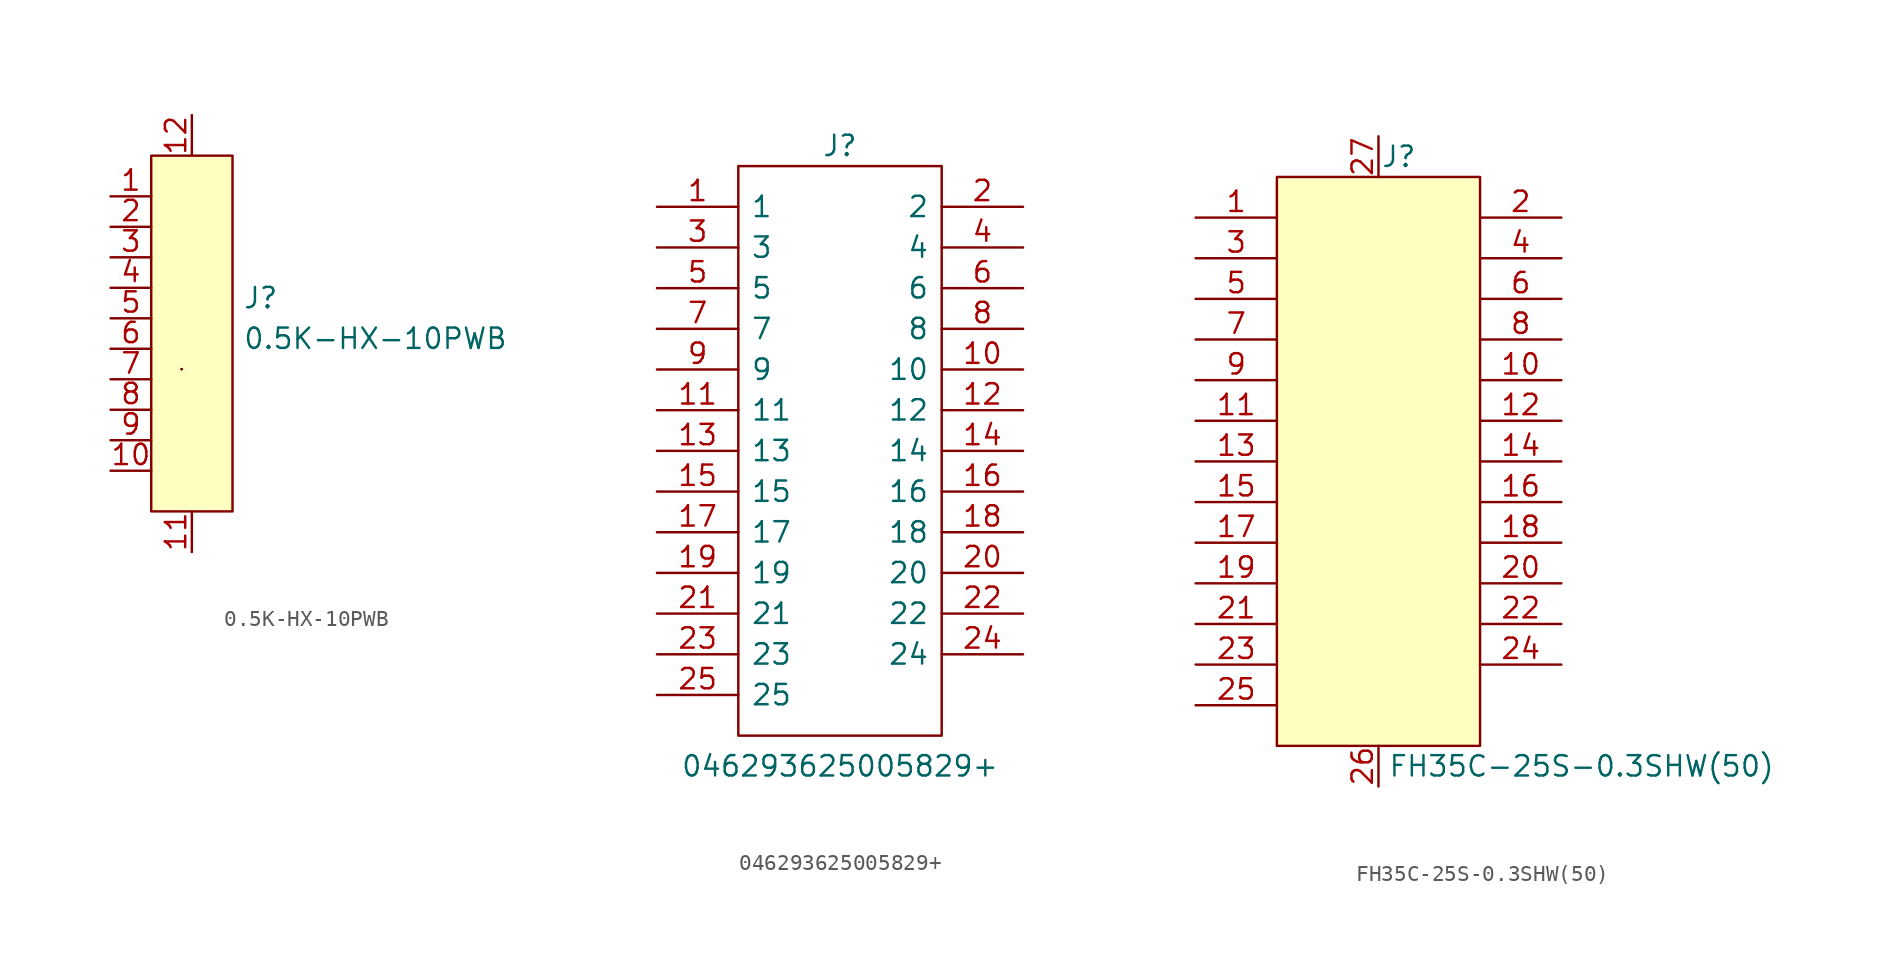
<source format=kicad_sym>
(kicad_symbol_lib
  (version 20211014)
  (generator kicad_symbol_editor)
  (symbol "0.5K-HX-10PWB"
    (property "Reference" "J"
      (at 3.175 1.27 0)
      (effects (font (size 1.27 1.27)) (justify left)))
    (property "Value" "0.5K-HX-10PWB"
      (at 3.175 -1.27 0)
      (effects (font (size 1.27 1.27)) (justify left)))
    (symbol "0.5K-HX-10PWB_0_1"
      (rectangle (start -2.54 10.16) (end 2.54 -12.065) (stroke (width 0) (type default) (color 0 0 0 0)) (fill (type background)))
      (rectangle (start -0.635 -3.175) (end -0.635 -3.175) (stroke (width 0) (type default) (color 0 0 0 0)) (fill (type none)))
      (rectangle (start -0.635 -3.175) (end -0.635 -3.175) (stroke (width 0) (type default) (color 0 0 0 0)) (fill (type none)))
      (rectangle (start -0.635 -3.175) (end -0.635 -3.175) (stroke (width 0) (type default) (color 0 0 0 0)) (fill (type none))))
    (symbol "0.5K-HX-10PWB_1_1"
      (pin passive line (at -5.08 7.62 0) (length 2.54) (name "~" (effects (font (size 1.27 1.27)))) (number "1" (effects (font (size 1.27 1.27)))))
      (pin passive line (at -5.08 -9.525 0) (length 2.54) (name "~" (effects (font (size 1.27 1.27)))) (number "10" (effects (font (size 1.27 1.27)))))
      (pin passive line (at 0 -14.605 90) (length 2.54) (name "~" (effects (font (size 1.27 1.27)))) (number "11" (effects (font (size 1.27 1.27)))))
      (pin passive line (at 0 12.7 270) (length 2.54) (name "~" (effects (font (size 1.27 1.27)))) (number "12" (effects (font (size 1.27 1.27)))))
      (pin passive line (at -5.08 5.715 0) (length 2.54) (name "~" (effects (font (size 1.27 1.27)))) (number "2" (effects (font (size 1.27 1.27)))))
      (pin passive line (at -5.08 3.81 0) (length 2.54) (name "~" (effects (font (size 1.27 1.27)))) (number "3" (effects (font (size 1.27 1.27)))))
      (pin passive line (at -5.08 1.905 0) (length 2.54) (name "~" (effects (font (size 1.27 1.27)))) (number "4" (effects (font (size 1.27 1.27)))))
      (pin passive line (at -5.08 0 0) (length 2.54) (name "~" (effects (font (size 1.27 1.27)))) (number "5" (effects (font (size 1.27 1.27)))))
      (pin passive line (at -5.08 -1.905 0) (length 2.54) (name "~" (effects (font (size 1.27 1.27)))) (number "6" (effects (font (size 1.27 1.27)))))
      (pin passive line (at -5.08 -3.81 0) (length 2.54) (name "~" (effects (font (size 1.27 1.27)))) (number "7" (effects (font (size 1.27 1.27)))))
      (pin passive line (at -5.08 -5.715 0) (length 2.54) (name "~" (effects (font (size 1.27 1.27)))) (number "8" (effects (font (size 1.27 1.27)))))
      (pin passive line (at -5.08 -7.62 0) (length 2.54) (name "~" (effects (font (size 1.27 1.27)))) (number "9" (effects (font (size 1.27 1.27)))))))
  (symbol "046293625005829+"
    (pin_names
      (offset 0.762))
    (property "Reference" "J"
      (at 0 19.05 0)
      (effects (font (size 1.27 1.27))))
    (property "Value" "046293625005829+"
      (at 0 -19.685 0)
      (effects (font (size 1.27 1.27))))
    (symbol "046293625005829+_0_0"
      (pin passive line (at -11.43 15.24 0) (length 5.08) (name "1" (effects (font (size 1.27 1.27)))) (number "1" (effects (font (size 1.27 1.27)))))
      (pin passive line (at 11.43 5.08 180) (length 5.08) (name "10" (effects (font (size 1.27 1.27)))) (number "10" (effects (font (size 1.27 1.27)))))
      (pin passive line (at -11.43 2.54 0) (length 5.08) (name "11" (effects (font (size 1.27 1.27)))) (number "11" (effects (font (size 1.27 1.27)))))
      (pin passive line (at 11.43 2.54 180) (length 5.08) (name "12" (effects (font (size 1.27 1.27)))) (number "12" (effects (font (size 1.27 1.27)))))
      (pin passive line (at -11.43 0 0) (length 5.08) (name "13" (effects (font (size 1.27 1.27)))) (number "13" (effects (font (size 1.27 1.27)))))
      (pin passive line (at 11.43 0 180) (length 5.08) (name "14" (effects (font (size 1.27 1.27)))) (number "14" (effects (font (size 1.27 1.27)))))
      (pin passive line (at -11.43 -2.54 0) (length 5.08) (name "15" (effects (font (size 1.27 1.27)))) (number "15" (effects (font (size 1.27 1.27)))))
      (pin passive line (at 11.43 -2.54 180) (length 5.08) (name "16" (effects (font (size 1.27 1.27)))) (number "16" (effects (font (size 1.27 1.27)))))
      (pin passive line (at -11.43 -5.08 0) (length 5.08) (name "17" (effects (font (size 1.27 1.27)))) (number "17" (effects (font (size 1.27 1.27)))))
      (pin passive line (at 11.43 -5.08 180) (length 5.08) (name "18" (effects (font (size 1.27 1.27)))) (number "18" (effects (font (size 1.27 1.27)))))
      (pin passive line (at -11.43 -7.62 0) (length 5.08) (name "19" (effects (font (size 1.27 1.27)))) (number "19" (effects (font (size 1.27 1.27)))))
      (pin passive line (at 11.43 15.24 180) (length 5.08) (name "2" (effects (font (size 1.27 1.27)))) (number "2" (effects (font (size 1.27 1.27)))))
      (pin passive line (at 11.43 -7.62 180) (length 5.08) (name "20" (effects (font (size 1.27 1.27)))) (number "20" (effects (font (size 1.27 1.27)))))
      (pin passive line (at -11.43 -10.16 0) (length 5.08) (name "21" (effects (font (size 1.27 1.27)))) (number "21" (effects (font (size 1.27 1.27)))))
      (pin passive line (at 11.43 -10.16 180) (length 5.08) (name "22" (effects (font (size 1.27 1.27)))) (number "22" (effects (font (size 1.27 1.27)))))
      (pin passive line (at -11.43 -12.7 0) (length 5.08) (name "23" (effects (font (size 1.27 1.27)))) (number "23" (effects (font (size 1.27 1.27)))))
      (pin passive line (at 11.43 -12.7 180) (length 5.08) (name "24" (effects (font (size 1.27 1.27)))) (number "24" (effects (font (size 1.27 1.27)))))
      (pin passive line (at -11.43 -15.24 0) (length 5.08) (name "25" (effects (font (size 1.27 1.27)))) (number "25" (effects (font (size 1.27 1.27)))))
      (pin passive line (at -11.43 12.7 0) (length 5.08) (name "3" (effects (font (size 1.27 1.27)))) (number "3" (effects (font (size 1.27 1.27)))))
      (pin passive line (at 11.43 12.7 180) (length 5.08) (name "4" (effects (font (size 1.27 1.27)))) (number "4" (effects (font (size 1.27 1.27)))))
      (pin passive line (at -11.43 10.16 0) (length 5.08) (name "5" (effects (font (size 1.27 1.27)))) (number "5" (effects (font (size 1.27 1.27)))))
      (pin passive line (at 11.43 10.16 180) (length 5.08) (name "6" (effects (font (size 1.27 1.27)))) (number "6" (effects (font (size 1.27 1.27)))))
      (pin passive line (at -11.43 7.62 0) (length 5.08) (name "7" (effects (font (size 1.27 1.27)))) (number "7" (effects (font (size 1.27 1.27)))))
      (pin passive line (at 11.43 7.62 180) (length 5.08) (name "8" (effects (font (size 1.27 1.27)))) (number "8" (effects (font (size 1.27 1.27)))))
      (pin passive line (at -11.43 5.08 0) (length 5.08) (name "9" (effects (font (size 1.27 1.27)))) (number "9" (effects (font (size 1.27 1.27))))))
    (symbol "046293625005829+_0_1"
      (polyline (pts (xy -6.35 17.78) (xy 6.35 17.78) (xy 6.35 -17.78) (xy -6.35 -17.78) (xy -6.35 17.78)) (stroke (width 0.152) (type default) (color 0 0 0 0)) (fill (type none)))))
  (symbol "FH35C-25S-0.3SHW(50)"
    (pin_names
      (offset 0.762))
    (property "Reference" "J"
      (at 1.27 19.05 0)
      (effects (font (size 1.27 1.27))))
    (property "Value" "FH35C-25S-0.3SHW(50)"
      (at 12.7 -19.05 0)
      (effects (font (size 1.27 1.27))))
    (symbol "FH35C-25S-0.3SHW(50)_0_0"
      (pin passive line (at -11.43 15.24 0) (length 5.08) (name "~" (effects (font (size 1.27 1.27)))) (number "1" (effects (font (size 1.27 1.27)))))
      (pin passive line (at 11.43 5.08 180) (length 5.08) (name "~" (effects (font (size 1.27 1.27)))) (number "10" (effects (font (size 1.27 1.27)))))
      (pin passive line (at -11.43 2.54 0) (length 5.08) (name "~" (effects (font (size 1.27 1.27)))) (number "11" (effects (font (size 1.27 1.27)))))
      (pin passive line (at 11.43 2.54 180) (length 5.08) (name "~" (effects (font (size 1.27 1.27)))) (number "12" (effects (font (size 1.27 1.27)))))
      (pin passive line (at -11.43 0 0) (length 5.08) (name "~" (effects (font (size 1.27 1.27)))) (number "13" (effects (font (size 1.27 1.27)))))
      (pin passive line (at 11.43 0 180) (length 5.08) (name "~" (effects (font (size 1.27 1.27)))) (number "14" (effects (font (size 1.27 1.27)))))
      (pin passive line (at -11.43 -2.54 0) (length 5.08) (name "~" (effects (font (size 1.27 1.27)))) (number "15" (effects (font (size 1.27 1.27)))))
      (pin passive line (at 11.43 -2.54 180) (length 5.08) (name "~" (effects (font (size 1.27 1.27)))) (number "16" (effects (font (size 1.27 1.27)))))
      (pin passive line (at -11.43 -5.08 0) (length 5.08) (name "~" (effects (font (size 1.27 1.27)))) (number "17" (effects (font (size 1.27 1.27)))))
      (pin passive line (at 11.43 -5.08 180) (length 5.08) (name "~" (effects (font (size 1.27 1.27)))) (number "18" (effects (font (size 1.27 1.27)))))
      (pin passive line (at -11.43 -7.62 0) (length 5.08) (name "~" (effects (font (size 1.27 1.27)))) (number "19" (effects (font (size 1.27 1.27)))))
      (pin passive line (at 11.43 15.24 180) (length 5.08) (name "~" (effects (font (size 1.27 1.27)))) (number "2" (effects (font (size 1.27 1.27)))))
      (pin passive line (at 11.43 -7.62 180) (length 5.08) (name "~" (effects (font (size 1.27 1.27)))) (number "20" (effects (font (size 1.27 1.27)))))
      (pin passive line (at -11.43 -10.16 0) (length 5.08) (name "~" (effects (font (size 1.27 1.27)))) (number "21" (effects (font (size 1.27 1.27)))))
      (pin passive line (at 11.43 -10.16 180) (length 5.08) (name "~" (effects (font (size 1.27 1.27)))) (number "22" (effects (font (size 1.27 1.27)))))
      (pin passive line (at -11.43 -12.7 0) (length 5.08) (name "~" (effects (font (size 1.27 1.27)))) (number "23" (effects (font (size 1.27 1.27)))))
      (pin passive line (at 11.43 -12.7 180) (length 5.08) (name "~" (effects (font (size 1.27 1.27)))) (number "24" (effects (font (size 1.27 1.27)))))
      (pin passive line (at -11.43 -15.24 0) (length 5.08) (name "~" (effects (font (size 1.27 1.27)))) (number "25" (effects (font (size 1.27 1.27)))))
      (pin passive line (at -11.43 12.7 0) (length 5.08) (name "~" (effects (font (size 1.27 1.27)))) (number "3" (effects (font (size 1.27 1.27)))))
      (pin passive line (at 11.43 12.7 180) (length 5.08) (name "~" (effects (font (size 1.27 1.27)))) (number "4" (effects (font (size 1.27 1.27)))))
      (pin passive line (at -11.43 10.16 0) (length 5.08) (name "~" (effects (font (size 1.27 1.27)))) (number "5" (effects (font (size 1.27 1.27)))))
      (pin passive line (at 11.43 10.16 180) (length 5.08) (name "~" (effects (font (size 1.27 1.27)))) (number "6" (effects (font (size 1.27 1.27)))))
      (pin passive line (at -11.43 7.62 0) (length 5.08) (name "~" (effects (font (size 1.27 1.27)))) (number "7" (effects (font (size 1.27 1.27)))))
      (pin passive line (at 11.43 7.62 180) (length 5.08) (name "~" (effects (font (size 1.27 1.27)))) (number "8" (effects (font (size 1.27 1.27)))))
      (pin passive line (at -11.43 5.08 0) (length 5.08) (name "~" (effects (font (size 1.27 1.27)))) (number "9" (effects (font (size 1.27 1.27))))))
    (symbol "FH35C-25S-0.3SHW(50)_0_1"
      (polyline (pts (xy -6.35 17.78) (xy 6.35 17.78) (xy 6.35 -17.78) (xy -6.35 -17.78) (xy -6.35 17.78)) (stroke (width 0.152) (type default) (color 0 0 0 0)) (fill (type background))))
    (symbol "FH35C-25S-0.3SHW(50)_1_1"
      (pin passive line (at 0 -20.32 90) (length 2.54) (name "~" (effects (font (size 1.27 1.27)))) (number "26" (effects (font (size 1.27 1.27)))))
      (pin passive line (at 0 20.32 270) (length 2.54) (name "~" (effects (font (size 1.27 1.27)))) (number "27" (effects (font (size 1.27 1.27))))))))
</source>
